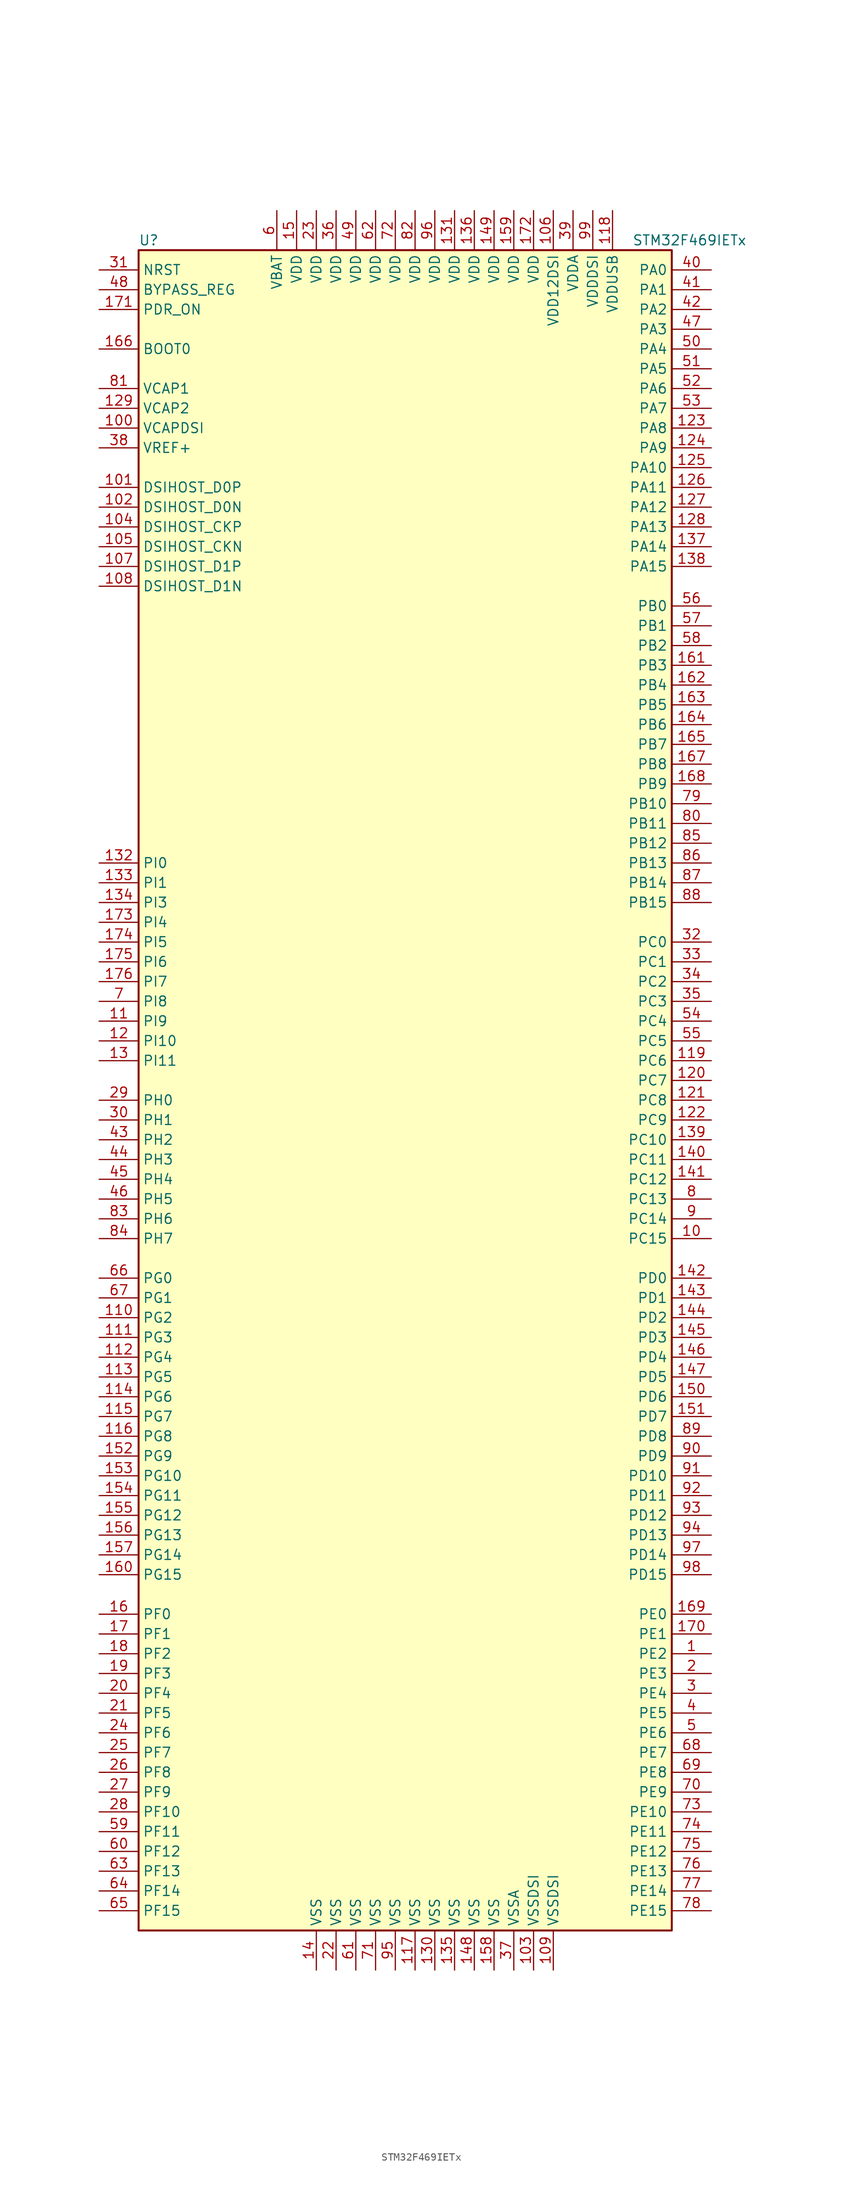
<source format=kicad_sym>
(kicad_symbol_lib
  (version 20211014)
  (generator kicad_symbol_editor)
  (symbol "STM32F469IETx"
    (property "Reference" "U"
      (at -35.56 107.95 0)
      (effects (font (size 1.27 1.27)) (justify left)))
    (property "Value" "STM32F469IETx"
      (at 27.94 107.95 0)
      (effects (font (size 1.27 1.27)) (justify left)))
    (symbol "STM32F469IETx_0_1"
      (rectangle (start -35.56 -109.22) (end 33.02 106.68) (stroke (width 0.254) (type default) (color 0 0 0 0)) (fill (type background))))
    (symbol "STM32F469IETx_1_1"
      (pin bidirectional line (at 38.1 -73.66 180) (length 5.08) (name "PE2" (effects (font (size 1.27 1.27)))) (number "1" (effects (font (size 1.27 1.27)))))
      (pin bidirectional line (at 38.1 -20.32 180) (length 5.08) (name "PC15" (effects (font (size 1.27 1.27)))) (number "10" (effects (font (size 1.27 1.27)))))
      (pin power_in line (at -40.64 83.82 0) (length 5.08) (name "VCAPDSI" (effects (font (size 1.27 1.27)))) (number "100" (effects (font (size 1.27 1.27)))))
      (pin bidirectional line (at -40.64 76.2 0) (length 5.08) (name "DSIHOST_D0P" (effects (font (size 1.27 1.27)))) (number "101" (effects (font (size 1.27 1.27)))))
      (pin bidirectional line (at -40.64 73.66 0) (length 5.08) (name "DSIHOST_D0N" (effects (font (size 1.27 1.27)))) (number "102" (effects (font (size 1.27 1.27)))))
      (pin power_in line (at 15.24 -114.3 90) (length 5.08) (name "VSSDSI" (effects (font (size 1.27 1.27)))) (number "103" (effects (font (size 1.27 1.27)))))
      (pin bidirectional line (at -40.64 71.12 0) (length 5.08) (name "DSIHOST_CKP" (effects (font (size 1.27 1.27)))) (number "104" (effects (font (size 1.27 1.27)))))
      (pin bidirectional line (at -40.64 68.58 0) (length 5.08) (name "DSIHOST_CKN" (effects (font (size 1.27 1.27)))) (number "105" (effects (font (size 1.27 1.27)))))
      (pin power_in line (at 17.78 111.76 270) (length 5.08) (name "VDD12DSI" (effects (font (size 1.27 1.27)))) (number "106" (effects (font (size 1.27 1.27)))))
      (pin bidirectional line (at -40.64 66.04 0) (length 5.08) (name "DSIHOST_D1P" (effects (font (size 1.27 1.27)))) (number "107" (effects (font (size 1.27 1.27)))))
      (pin bidirectional line (at -40.64 63.5 0) (length 5.08) (name "DSIHOST_D1N" (effects (font (size 1.27 1.27)))) (number "108" (effects (font (size 1.27 1.27)))))
      (pin power_in line (at 17.78 -114.3 90) (length 5.08) (name "VSSDSI" (effects (font (size 1.27 1.27)))) (number "109" (effects (font (size 1.27 1.27)))))
      (pin bidirectional line (at -40.64 7.62 0) (length 5.08) (name "PI9" (effects (font (size 1.27 1.27)))) (number "11" (effects (font (size 1.27 1.27)))))
      (pin bidirectional line (at -40.64 -30.48 0) (length 5.08) (name "PG2" (effects (font (size 1.27 1.27)))) (number "110" (effects (font (size 1.27 1.27)))))
      (pin bidirectional line (at -40.64 -33.02 0) (length 5.08) (name "PG3" (effects (font (size 1.27 1.27)))) (number "111" (effects (font (size 1.27 1.27)))))
      (pin bidirectional line (at -40.64 -35.56 0) (length 5.08) (name "PG4" (effects (font (size 1.27 1.27)))) (number "112" (effects (font (size 1.27 1.27)))))
      (pin bidirectional line (at -40.64 -38.1 0) (length 5.08) (name "PG5" (effects (font (size 1.27 1.27)))) (number "113" (effects (font (size 1.27 1.27)))))
      (pin bidirectional line (at -40.64 -40.64 0) (length 5.08) (name "PG6" (effects (font (size 1.27 1.27)))) (number "114" (effects (font (size 1.27 1.27)))))
      (pin bidirectional line (at -40.64 -43.18 0) (length 5.08) (name "PG7" (effects (font (size 1.27 1.27)))) (number "115" (effects (font (size 1.27 1.27)))))
      (pin bidirectional line (at -40.64 -45.72 0) (length 5.08) (name "PG8" (effects (font (size 1.27 1.27)))) (number "116" (effects (font (size 1.27 1.27)))))
      (pin power_in line (at 0 -114.3 90) (length 5.08) (name "VSS" (effects (font (size 1.27 1.27)))) (number "117" (effects (font (size 1.27 1.27)))))
      (pin power_in line (at 25.4 111.76 270) (length 5.08) (name "VDDUSB" (effects (font (size 1.27 1.27)))) (number "118" (effects (font (size 1.27 1.27)))))
      (pin bidirectional line (at 38.1 2.54 180) (length 5.08) (name "PC6" (effects (font (size 1.27 1.27)))) (number "119" (effects (font (size 1.27 1.27)))))
      (pin bidirectional line (at -40.64 5.08 0) (length 5.08) (name "PI10" (effects (font (size 1.27 1.27)))) (number "12" (effects (font (size 1.27 1.27)))))
      (pin bidirectional line (at 38.1 0 180) (length 5.08) (name "PC7" (effects (font (size 1.27 1.27)))) (number "120" (effects (font (size 1.27 1.27)))))
      (pin bidirectional line (at 38.1 -2.54 180) (length 5.08) (name "PC8" (effects (font (size 1.27 1.27)))) (number "121" (effects (font (size 1.27 1.27)))))
      (pin bidirectional line (at 38.1 -5.08 180) (length 5.08) (name "PC9" (effects (font (size 1.27 1.27)))) (number "122" (effects (font (size 1.27 1.27)))))
      (pin bidirectional line (at 38.1 83.82 180) (length 5.08) (name "PA8" (effects (font (size 1.27 1.27)))) (number "123" (effects (font (size 1.27 1.27)))))
      (pin bidirectional line (at 38.1 81.28 180) (length 5.08) (name "PA9" (effects (font (size 1.27 1.27)))) (number "124" (effects (font (size 1.27 1.27)))))
      (pin bidirectional line (at 38.1 78.74 180) (length 5.08) (name "PA10" (effects (font (size 1.27 1.27)))) (number "125" (effects (font (size 1.27 1.27)))))
      (pin bidirectional line (at 38.1 76.2 180) (length 5.08) (name "PA11" (effects (font (size 1.27 1.27)))) (number "126" (effects (font (size 1.27 1.27)))))
      (pin bidirectional line (at 38.1 73.66 180) (length 5.08) (name "PA12" (effects (font (size 1.27 1.27)))) (number "127" (effects (font (size 1.27 1.27)))))
      (pin bidirectional line (at 38.1 71.12 180) (length 5.08) (name "PA13" (effects (font (size 1.27 1.27)))) (number "128" (effects (font (size 1.27 1.27)))))
      (pin power_in line (at -40.64 86.36 0) (length 5.08) (name "VCAP2" (effects (font (size 1.27 1.27)))) (number "129" (effects (font (size 1.27 1.27)))))
      (pin bidirectional line (at -40.64 2.54 0) (length 5.08) (name "PI11" (effects (font (size 1.27 1.27)))) (number "13" (effects (font (size 1.27 1.27)))))
      (pin power_in line (at 2.54 -114.3 90) (length 5.08) (name "VSS" (effects (font (size 1.27 1.27)))) (number "130" (effects (font (size 1.27 1.27)))))
      (pin power_in line (at 5.08 111.76 270) (length 5.08) (name "VDD" (effects (font (size 1.27 1.27)))) (number "131" (effects (font (size 1.27 1.27)))))
      (pin bidirectional line (at -40.64 27.94 0) (length 5.08) (name "PI0" (effects (font (size 1.27 1.27)))) (number "132" (effects (font (size 1.27 1.27)))))
      (pin bidirectional line (at -40.64 25.4 0) (length 5.08) (name "PI1" (effects (font (size 1.27 1.27)))) (number "133" (effects (font (size 1.27 1.27)))))
      (pin bidirectional line (at -40.64 22.86 0) (length 5.08) (name "PI3" (effects (font (size 1.27 1.27)))) (number "134" (effects (font (size 1.27 1.27)))))
      (pin power_in line (at 5.08 -114.3 90) (length 5.08) (name "VSS" (effects (font (size 1.27 1.27)))) (number "135" (effects (font (size 1.27 1.27)))))
      (pin power_in line (at 7.62 111.76 270) (length 5.08) (name "VDD" (effects (font (size 1.27 1.27)))) (number "136" (effects (font (size 1.27 1.27)))))
      (pin bidirectional line (at 38.1 68.58 180) (length 5.08) (name "PA14" (effects (font (size 1.27 1.27)))) (number "137" (effects (font (size 1.27 1.27)))))
      (pin bidirectional line (at 38.1 66.04 180) (length 5.08) (name "PA15" (effects (font (size 1.27 1.27)))) (number "138" (effects (font (size 1.27 1.27)))))
      (pin bidirectional line (at 38.1 -7.62 180) (length 5.08) (name "PC10" (effects (font (size 1.27 1.27)))) (number "139" (effects (font (size 1.27 1.27)))))
      (pin power_in line (at -12.7 -114.3 90) (length 5.08) (name "VSS" (effects (font (size 1.27 1.27)))) (number "14" (effects (font (size 1.27 1.27)))))
      (pin bidirectional line (at 38.1 -10.16 180) (length 5.08) (name "PC11" (effects (font (size 1.27 1.27)))) (number "140" (effects (font (size 1.27 1.27)))))
      (pin bidirectional line (at 38.1 -12.7 180) (length 5.08) (name "PC12" (effects (font (size 1.27 1.27)))) (number "141" (effects (font (size 1.27 1.27)))))
      (pin bidirectional line (at 38.1 -25.4 180) (length 5.08) (name "PD0" (effects (font (size 1.27 1.27)))) (number "142" (effects (font (size 1.27 1.27)))))
      (pin bidirectional line (at 38.1 -27.94 180) (length 5.08) (name "PD1" (effects (font (size 1.27 1.27)))) (number "143" (effects (font (size 1.27 1.27)))))
      (pin bidirectional line (at 38.1 -30.48 180) (length 5.08) (name "PD2" (effects (font (size 1.27 1.27)))) (number "144" (effects (font (size 1.27 1.27)))))
      (pin bidirectional line (at 38.1 -33.02 180) (length 5.08) (name "PD3" (effects (font (size 1.27 1.27)))) (number "145" (effects (font (size 1.27 1.27)))))
      (pin bidirectional line (at 38.1 -35.56 180) (length 5.08) (name "PD4" (effects (font (size 1.27 1.27)))) (number "146" (effects (font (size 1.27 1.27)))))
      (pin bidirectional line (at 38.1 -38.1 180) (length 5.08) (name "PD5" (effects (font (size 1.27 1.27)))) (number "147" (effects (font (size 1.27 1.27)))))
      (pin power_in line (at 7.62 -114.3 90) (length 5.08) (name "VSS" (effects (font (size 1.27 1.27)))) (number "148" (effects (font (size 1.27 1.27)))))
      (pin power_in line (at 10.16 111.76 270) (length 5.08) (name "VDD" (effects (font (size 1.27 1.27)))) (number "149" (effects (font (size 1.27 1.27)))))
      (pin power_in line (at -15.24 111.76 270) (length 5.08) (name "VDD" (effects (font (size 1.27 1.27)))) (number "15" (effects (font (size 1.27 1.27)))))
      (pin bidirectional line (at 38.1 -40.64 180) (length 5.08) (name "PD6" (effects (font (size 1.27 1.27)))) (number "150" (effects (font (size 1.27 1.27)))))
      (pin bidirectional line (at 38.1 -43.18 180) (length 5.08) (name "PD7" (effects (font (size 1.27 1.27)))) (number "151" (effects (font (size 1.27 1.27)))))
      (pin bidirectional line (at -40.64 -48.26 0) (length 5.08) (name "PG9" (effects (font (size 1.27 1.27)))) (number "152" (effects (font (size 1.27 1.27)))))
      (pin bidirectional line (at -40.64 -50.8 0) (length 5.08) (name "PG10" (effects (font (size 1.27 1.27)))) (number "153" (effects (font (size 1.27 1.27)))))
      (pin bidirectional line (at -40.64 -53.34 0) (length 5.08) (name "PG11" (effects (font (size 1.27 1.27)))) (number "154" (effects (font (size 1.27 1.27)))))
      (pin bidirectional line (at -40.64 -55.88 0) (length 5.08) (name "PG12" (effects (font (size 1.27 1.27)))) (number "155" (effects (font (size 1.27 1.27)))))
      (pin bidirectional line (at -40.64 -58.42 0) (length 5.08) (name "PG13" (effects (font (size 1.27 1.27)))) (number "156" (effects (font (size 1.27 1.27)))))
      (pin bidirectional line (at -40.64 -60.96 0) (length 5.08) (name "PG14" (effects (font (size 1.27 1.27)))) (number "157" (effects (font (size 1.27 1.27)))))
      (pin power_in line (at 10.16 -114.3 90) (length 5.08) (name "VSS" (effects (font (size 1.27 1.27)))) (number "158" (effects (font (size 1.27 1.27)))))
      (pin power_in line (at 12.7 111.76 270) (length 5.08) (name "VDD" (effects (font (size 1.27 1.27)))) (number "159" (effects (font (size 1.27 1.27)))))
      (pin bidirectional line (at -40.64 -68.58 0) (length 5.08) (name "PF0" (effects (font (size 1.27 1.27)))) (number "16" (effects (font (size 1.27 1.27)))))
      (pin bidirectional line (at -40.64 -63.5 0) (length 5.08) (name "PG15" (effects (font (size 1.27 1.27)))) (number "160" (effects (font (size 1.27 1.27)))))
      (pin bidirectional line (at 38.1 53.34 180) (length 5.08) (name "PB3" (effects (font (size 1.27 1.27)))) (number "161" (effects (font (size 1.27 1.27)))))
      (pin bidirectional line (at 38.1 50.8 180) (length 5.08) (name "PB4" (effects (font (size 1.27 1.27)))) (number "162" (effects (font (size 1.27 1.27)))))
      (pin bidirectional line (at 38.1 48.26 180) (length 5.08) (name "PB5" (effects (font (size 1.27 1.27)))) (number "163" (effects (font (size 1.27 1.27)))))
      (pin bidirectional line (at 38.1 45.72 180) (length 5.08) (name "PB6" (effects (font (size 1.27 1.27)))) (number "164" (effects (font (size 1.27 1.27)))))
      (pin bidirectional line (at 38.1 43.18 180) (length 5.08) (name "PB7" (effects (font (size 1.27 1.27)))) (number "165" (effects (font (size 1.27 1.27)))))
      (pin input line (at -40.64 93.98 0) (length 5.08) (name "BOOT0" (effects (font (size 1.27 1.27)))) (number "166" (effects (font (size 1.27 1.27)))))
      (pin bidirectional line (at 38.1 40.64 180) (length 5.08) (name "PB8" (effects (font (size 1.27 1.27)))) (number "167" (effects (font (size 1.27 1.27)))))
      (pin bidirectional line (at 38.1 38.1 180) (length 5.08) (name "PB9" (effects (font (size 1.27 1.27)))) (number "168" (effects (font (size 1.27 1.27)))))
      (pin bidirectional line (at 38.1 -68.58 180) (length 5.08) (name "PE0" (effects (font (size 1.27 1.27)))) (number "169" (effects (font (size 1.27 1.27)))))
      (pin bidirectional line (at -40.64 -71.12 0) (length 5.08) (name "PF1" (effects (font (size 1.27 1.27)))) (number "17" (effects (font (size 1.27 1.27)))))
      (pin bidirectional line (at 38.1 -71.12 180) (length 5.08) (name "PE1" (effects (font (size 1.27 1.27)))) (number "170" (effects (font (size 1.27 1.27)))))
      (pin input line (at -40.64 99.06 0) (length 5.08) (name "PDR_ON" (effects (font (size 1.27 1.27)))) (number "171" (effects (font (size 1.27 1.27)))))
      (pin power_in line (at 15.24 111.76 270) (length 5.08) (name "VDD" (effects (font (size 1.27 1.27)))) (number "172" (effects (font (size 1.27 1.27)))))
      (pin bidirectional line (at -40.64 20.32 0) (length 5.08) (name "PI4" (effects (font (size 1.27 1.27)))) (number "173" (effects (font (size 1.27 1.27)))))
      (pin bidirectional line (at -40.64 17.78 0) (length 5.08) (name "PI5" (effects (font (size 1.27 1.27)))) (number "174" (effects (font (size 1.27 1.27)))))
      (pin bidirectional line (at -40.64 15.24 0) (length 5.08) (name "PI6" (effects (font (size 1.27 1.27)))) (number "175" (effects (font (size 1.27 1.27)))))
      (pin bidirectional line (at -40.64 12.7 0) (length 5.08) (name "PI7" (effects (font (size 1.27 1.27)))) (number "176" (effects (font (size 1.27 1.27)))))
      (pin bidirectional line (at -40.64 -73.66 0) (length 5.08) (name "PF2" (effects (font (size 1.27 1.27)))) (number "18" (effects (font (size 1.27 1.27)))))
      (pin bidirectional line (at -40.64 -76.2 0) (length 5.08) (name "PF3" (effects (font (size 1.27 1.27)))) (number "19" (effects (font (size 1.27 1.27)))))
      (pin bidirectional line (at 38.1 -76.2 180) (length 5.08) (name "PE3" (effects (font (size 1.27 1.27)))) (number "2" (effects (font (size 1.27 1.27)))))
      (pin bidirectional line (at -40.64 -78.74 0) (length 5.08) (name "PF4" (effects (font (size 1.27 1.27)))) (number "20" (effects (font (size 1.27 1.27)))))
      (pin bidirectional line (at -40.64 -81.28 0) (length 5.08) (name "PF5" (effects (font (size 1.27 1.27)))) (number "21" (effects (font (size 1.27 1.27)))))
      (pin power_in line (at -10.16 -114.3 90) (length 5.08) (name "VSS" (effects (font (size 1.27 1.27)))) (number "22" (effects (font (size 1.27 1.27)))))
      (pin power_in line (at -12.7 111.76 270) (length 5.08) (name "VDD" (effects (font (size 1.27 1.27)))) (number "23" (effects (font (size 1.27 1.27)))))
      (pin bidirectional line (at -40.64 -83.82 0) (length 5.08) (name "PF6" (effects (font (size 1.27 1.27)))) (number "24" (effects (font (size 1.27 1.27)))))
      (pin bidirectional line (at -40.64 -86.36 0) (length 5.08) (name "PF7" (effects (font (size 1.27 1.27)))) (number "25" (effects (font (size 1.27 1.27)))))
      (pin bidirectional line (at -40.64 -88.9 0) (length 5.08) (name "PF8" (effects (font (size 1.27 1.27)))) (number "26" (effects (font (size 1.27 1.27)))))
      (pin bidirectional line (at -40.64 -91.44 0) (length 5.08) (name "PF9" (effects (font (size 1.27 1.27)))) (number "27" (effects (font (size 1.27 1.27)))))
      (pin bidirectional line (at -40.64 -93.98 0) (length 5.08) (name "PF10" (effects (font (size 1.27 1.27)))) (number "28" (effects (font (size 1.27 1.27)))))
      (pin input line (at -40.64 -2.54 0) (length 5.08) (name "PH0" (effects (font (size 1.27 1.27)))) (number "29" (effects (font (size 1.27 1.27)))))
      (pin bidirectional line (at 38.1 -78.74 180) (length 5.08) (name "PE4" (effects (font (size 1.27 1.27)))) (number "3" (effects (font (size 1.27 1.27)))))
      (pin input line (at -40.64 -5.08 0) (length 5.08) (name "PH1" (effects (font (size 1.27 1.27)))) (number "30" (effects (font (size 1.27 1.27)))))
      (pin input line (at -40.64 104.14 0) (length 5.08) (name "NRST" (effects (font (size 1.27 1.27)))) (number "31" (effects (font (size 1.27 1.27)))))
      (pin bidirectional line (at 38.1 17.78 180) (length 5.08) (name "PC0" (effects (font (size 1.27 1.27)))) (number "32" (effects (font (size 1.27 1.27)))))
      (pin bidirectional line (at 38.1 15.24 180) (length 5.08) (name "PC1" (effects (font (size 1.27 1.27)))) (number "33" (effects (font (size 1.27 1.27)))))
      (pin bidirectional line (at 38.1 12.7 180) (length 5.08) (name "PC2" (effects (font (size 1.27 1.27)))) (number "34" (effects (font (size 1.27 1.27)))))
      (pin bidirectional line (at 38.1 10.16 180) (length 5.08) (name "PC3" (effects (font (size 1.27 1.27)))) (number "35" (effects (font (size 1.27 1.27)))))
      (pin power_in line (at -10.16 111.76 270) (length 5.08) (name "VDD" (effects (font (size 1.27 1.27)))) (number "36" (effects (font (size 1.27 1.27)))))
      (pin power_in line (at 12.7 -114.3 90) (length 5.08) (name "VSSA" (effects (font (size 1.27 1.27)))) (number "37" (effects (font (size 1.27 1.27)))))
      (pin power_in line (at -40.64 81.28 0) (length 5.08) (name "VREF+" (effects (font (size 1.27 1.27)))) (number "38" (effects (font (size 1.27 1.27)))))
      (pin power_in line (at 20.32 111.76 270) (length 5.08) (name "VDDA" (effects (font (size 1.27 1.27)))) (number "39" (effects (font (size 1.27 1.27)))))
      (pin bidirectional line (at 38.1 -81.28 180) (length 5.08) (name "PE5" (effects (font (size 1.27 1.27)))) (number "4" (effects (font (size 1.27 1.27)))))
      (pin bidirectional line (at 38.1 104.14 180) (length 5.08) (name "PA0" (effects (font (size 1.27 1.27)))) (number "40" (effects (font (size 1.27 1.27)))))
      (pin bidirectional line (at 38.1 101.6 180) (length 5.08) (name "PA1" (effects (font (size 1.27 1.27)))) (number "41" (effects (font (size 1.27 1.27)))))
      (pin bidirectional line (at 38.1 99.06 180) (length 5.08) (name "PA2" (effects (font (size 1.27 1.27)))) (number "42" (effects (font (size 1.27 1.27)))))
      (pin bidirectional line (at -40.64 -7.62 0) (length 5.08) (name "PH2" (effects (font (size 1.27 1.27)))) (number "43" (effects (font (size 1.27 1.27)))))
      (pin bidirectional line (at -40.64 -10.16 0) (length 5.08) (name "PH3" (effects (font (size 1.27 1.27)))) (number "44" (effects (font (size 1.27 1.27)))))
      (pin bidirectional line (at -40.64 -12.7 0) (length 5.08) (name "PH4" (effects (font (size 1.27 1.27)))) (number "45" (effects (font (size 1.27 1.27)))))
      (pin bidirectional line (at -40.64 -15.24 0) (length 5.08) (name "PH5" (effects (font (size 1.27 1.27)))) (number "46" (effects (font (size 1.27 1.27)))))
      (pin bidirectional line (at 38.1 96.52 180) (length 5.08) (name "PA3" (effects (font (size 1.27 1.27)))) (number "47" (effects (font (size 1.27 1.27)))))
      (pin input line (at -40.64 101.6 0) (length 5.08) (name "BYPASS_REG" (effects (font (size 1.27 1.27)))) (number "48" (effects (font (size 1.27 1.27)))))
      (pin power_in line (at -7.62 111.76 270) (length 5.08) (name "VDD" (effects (font (size 1.27 1.27)))) (number "49" (effects (font (size 1.27 1.27)))))
      (pin bidirectional line (at 38.1 -83.82 180) (length 5.08) (name "PE6" (effects (font (size 1.27 1.27)))) (number "5" (effects (font (size 1.27 1.27)))))
      (pin bidirectional line (at 38.1 93.98 180) (length 5.08) (name "PA4" (effects (font (size 1.27 1.27)))) (number "50" (effects (font (size 1.27 1.27)))))
      (pin bidirectional line (at 38.1 91.44 180) (length 5.08) (name "PA5" (effects (font (size 1.27 1.27)))) (number "51" (effects (font (size 1.27 1.27)))))
      (pin bidirectional line (at 38.1 88.9 180) (length 5.08) (name "PA6" (effects (font (size 1.27 1.27)))) (number "52" (effects (font (size 1.27 1.27)))))
      (pin bidirectional line (at 38.1 86.36 180) (length 5.08) (name "PA7" (effects (font (size 1.27 1.27)))) (number "53" (effects (font (size 1.27 1.27)))))
      (pin bidirectional line (at 38.1 7.62 180) (length 5.08) (name "PC4" (effects (font (size 1.27 1.27)))) (number "54" (effects (font (size 1.27 1.27)))))
      (pin bidirectional line (at 38.1 5.08 180) (length 5.08) (name "PC5" (effects (font (size 1.27 1.27)))) (number "55" (effects (font (size 1.27 1.27)))))
      (pin bidirectional line (at 38.1 60.96 180) (length 5.08) (name "PB0" (effects (font (size 1.27 1.27)))) (number "56" (effects (font (size 1.27 1.27)))))
      (pin bidirectional line (at 38.1 58.42 180) (length 5.08) (name "PB1" (effects (font (size 1.27 1.27)))) (number "57" (effects (font (size 1.27 1.27)))))
      (pin bidirectional line (at 38.1 55.88 180) (length 5.08) (name "PB2" (effects (font (size 1.27 1.27)))) (number "58" (effects (font (size 1.27 1.27)))))
      (pin bidirectional line (at -40.64 -96.52 0) (length 5.08) (name "PF11" (effects (font (size 1.27 1.27)))) (number "59" (effects (font (size 1.27 1.27)))))
      (pin power_in line (at -17.78 111.76 270) (length 5.08) (name "VBAT" (effects (font (size 1.27 1.27)))) (number "6" (effects (font (size 1.27 1.27)))))
      (pin bidirectional line (at -40.64 -99.06 0) (length 5.08) (name "PF12" (effects (font (size 1.27 1.27)))) (number "60" (effects (font (size 1.27 1.27)))))
      (pin power_in line (at -7.62 -114.3 90) (length 5.08) (name "VSS" (effects (font (size 1.27 1.27)))) (number "61" (effects (font (size 1.27 1.27)))))
      (pin power_in line (at -5.08 111.76 270) (length 5.08) (name "VDD" (effects (font (size 1.27 1.27)))) (number "62" (effects (font (size 1.27 1.27)))))
      (pin bidirectional line (at -40.64 -101.6 0) (length 5.08) (name "PF13" (effects (font (size 1.27 1.27)))) (number "63" (effects (font (size 1.27 1.27)))))
      (pin bidirectional line (at -40.64 -104.14 0) (length 5.08) (name "PF14" (effects (font (size 1.27 1.27)))) (number "64" (effects (font (size 1.27 1.27)))))
      (pin bidirectional line (at -40.64 -106.68 0) (length 5.08) (name "PF15" (effects (font (size 1.27 1.27)))) (number "65" (effects (font (size 1.27 1.27)))))
      (pin bidirectional line (at -40.64 -25.4 0) (length 5.08) (name "PG0" (effects (font (size 1.27 1.27)))) (number "66" (effects (font (size 1.27 1.27)))))
      (pin bidirectional line (at -40.64 -27.94 0) (length 5.08) (name "PG1" (effects (font (size 1.27 1.27)))) (number "67" (effects (font (size 1.27 1.27)))))
      (pin bidirectional line (at 38.1 -86.36 180) (length 5.08) (name "PE7" (effects (font (size 1.27 1.27)))) (number "68" (effects (font (size 1.27 1.27)))))
      (pin bidirectional line (at 38.1 -88.9 180) (length 5.08) (name "PE8" (effects (font (size 1.27 1.27)))) (number "69" (effects (font (size 1.27 1.27)))))
      (pin bidirectional line (at -40.64 10.16 0) (length 5.08) (name "PI8" (effects (font (size 1.27 1.27)))) (number "7" (effects (font (size 1.27 1.27)))))
      (pin bidirectional line (at 38.1 -91.44 180) (length 5.08) (name "PE9" (effects (font (size 1.27 1.27)))) (number "70" (effects (font (size 1.27 1.27)))))
      (pin power_in line (at -5.08 -114.3 90) (length 5.08) (name "VSS" (effects (font (size 1.27 1.27)))) (number "71" (effects (font (size 1.27 1.27)))))
      (pin power_in line (at -2.54 111.76 270) (length 5.08) (name "VDD" (effects (font (size 1.27 1.27)))) (number "72" (effects (font (size 1.27 1.27)))))
      (pin bidirectional line (at 38.1 -93.98 180) (length 5.08) (name "PE10" (effects (font (size 1.27 1.27)))) (number "73" (effects (font (size 1.27 1.27)))))
      (pin bidirectional line (at 38.1 -96.52 180) (length 5.08) (name "PE11" (effects (font (size 1.27 1.27)))) (number "74" (effects (font (size 1.27 1.27)))))
      (pin bidirectional line (at 38.1 -99.06 180) (length 5.08) (name "PE12" (effects (font (size 1.27 1.27)))) (number "75" (effects (font (size 1.27 1.27)))))
      (pin bidirectional line (at 38.1 -101.6 180) (length 5.08) (name "PE13" (effects (font (size 1.27 1.27)))) (number "76" (effects (font (size 1.27 1.27)))))
      (pin bidirectional line (at 38.1 -104.14 180) (length 5.08) (name "PE14" (effects (font (size 1.27 1.27)))) (number "77" (effects (font (size 1.27 1.27)))))
      (pin bidirectional line (at 38.1 -106.68 180) (length 5.08) (name "PE15" (effects (font (size 1.27 1.27)))) (number "78" (effects (font (size 1.27 1.27)))))
      (pin bidirectional line (at 38.1 35.56 180) (length 5.08) (name "PB10" (effects (font (size 1.27 1.27)))) (number "79" (effects (font (size 1.27 1.27)))))
      (pin bidirectional line (at 38.1 -15.24 180) (length 5.08) (name "PC13" (effects (font (size 1.27 1.27)))) (number "8" (effects (font (size 1.27 1.27)))))
      (pin bidirectional line (at 38.1 33.02 180) (length 5.08) (name "PB11" (effects (font (size 1.27 1.27)))) (number "80" (effects (font (size 1.27 1.27)))))
      (pin power_in line (at -40.64 88.9 0) (length 5.08) (name "VCAP1" (effects (font (size 1.27 1.27)))) (number "81" (effects (font (size 1.27 1.27)))))
      (pin power_in line (at 0 111.76 270) (length 5.08) (name "VDD" (effects (font (size 1.27 1.27)))) (number "82" (effects (font (size 1.27 1.27)))))
      (pin bidirectional line (at -40.64 -17.78 0) (length 5.08) (name "PH6" (effects (font (size 1.27 1.27)))) (number "83" (effects (font (size 1.27 1.27)))))
      (pin bidirectional line (at -40.64 -20.32 0) (length 5.08) (name "PH7" (effects (font (size 1.27 1.27)))) (number "84" (effects (font (size 1.27 1.27)))))
      (pin bidirectional line (at 38.1 30.48 180) (length 5.08) (name "PB12" (effects (font (size 1.27 1.27)))) (number "85" (effects (font (size 1.27 1.27)))))
      (pin bidirectional line (at 38.1 27.94 180) (length 5.08) (name "PB13" (effects (font (size 1.27 1.27)))) (number "86" (effects (font (size 1.27 1.27)))))
      (pin bidirectional line (at 38.1 25.4 180) (length 5.08) (name "PB14" (effects (font (size 1.27 1.27)))) (number "87" (effects (font (size 1.27 1.27)))))
      (pin bidirectional line (at 38.1 22.86 180) (length 5.08) (name "PB15" (effects (font (size 1.27 1.27)))) (number "88" (effects (font (size 1.27 1.27)))))
      (pin bidirectional line (at 38.1 -45.72 180) (length 5.08) (name "PD8" (effects (font (size 1.27 1.27)))) (number "89" (effects (font (size 1.27 1.27)))))
      (pin bidirectional line (at 38.1 -17.78 180) (length 5.08) (name "PC14" (effects (font (size 1.27 1.27)))) (number "9" (effects (font (size 1.27 1.27)))))
      (pin bidirectional line (at 38.1 -48.26 180) (length 5.08) (name "PD9" (effects (font (size 1.27 1.27)))) (number "90" (effects (font (size 1.27 1.27)))))
      (pin bidirectional line (at 38.1 -50.8 180) (length 5.08) (name "PD10" (effects (font (size 1.27 1.27)))) (number "91" (effects (font (size 1.27 1.27)))))
      (pin bidirectional line (at 38.1 -53.34 180) (length 5.08) (name "PD11" (effects (font (size 1.27 1.27)))) (number "92" (effects (font (size 1.27 1.27)))))
      (pin bidirectional line (at 38.1 -55.88 180) (length 5.08) (name "PD12" (effects (font (size 1.27 1.27)))) (number "93" (effects (font (size 1.27 1.27)))))
      (pin bidirectional line (at 38.1 -58.42 180) (length 5.08) (name "PD13" (effects (font (size 1.27 1.27)))) (number "94" (effects (font (size 1.27 1.27)))))
      (pin power_in line (at -2.54 -114.3 90) (length 5.08) (name "VSS" (effects (font (size 1.27 1.27)))) (number "95" (effects (font (size 1.27 1.27)))))
      (pin power_in line (at 2.54 111.76 270) (length 5.08) (name "VDD" (effects (font (size 1.27 1.27)))) (number "96" (effects (font (size 1.27 1.27)))))
      (pin bidirectional line (at 38.1 -60.96 180) (length 5.08) (name "PD14" (effects (font (size 1.27 1.27)))) (number "97" (effects (font (size 1.27 1.27)))))
      (pin bidirectional line (at 38.1 -63.5 180) (length 5.08) (name "PD15" (effects (font (size 1.27 1.27)))) (number "98" (effects (font (size 1.27 1.27)))))
      (pin power_in line (at 22.86 111.76 270) (length 5.08) (name "VDDDSI" (effects (font (size 1.27 1.27)))) (number "99" (effects (font (size 1.27 1.27))))))))
</source>
